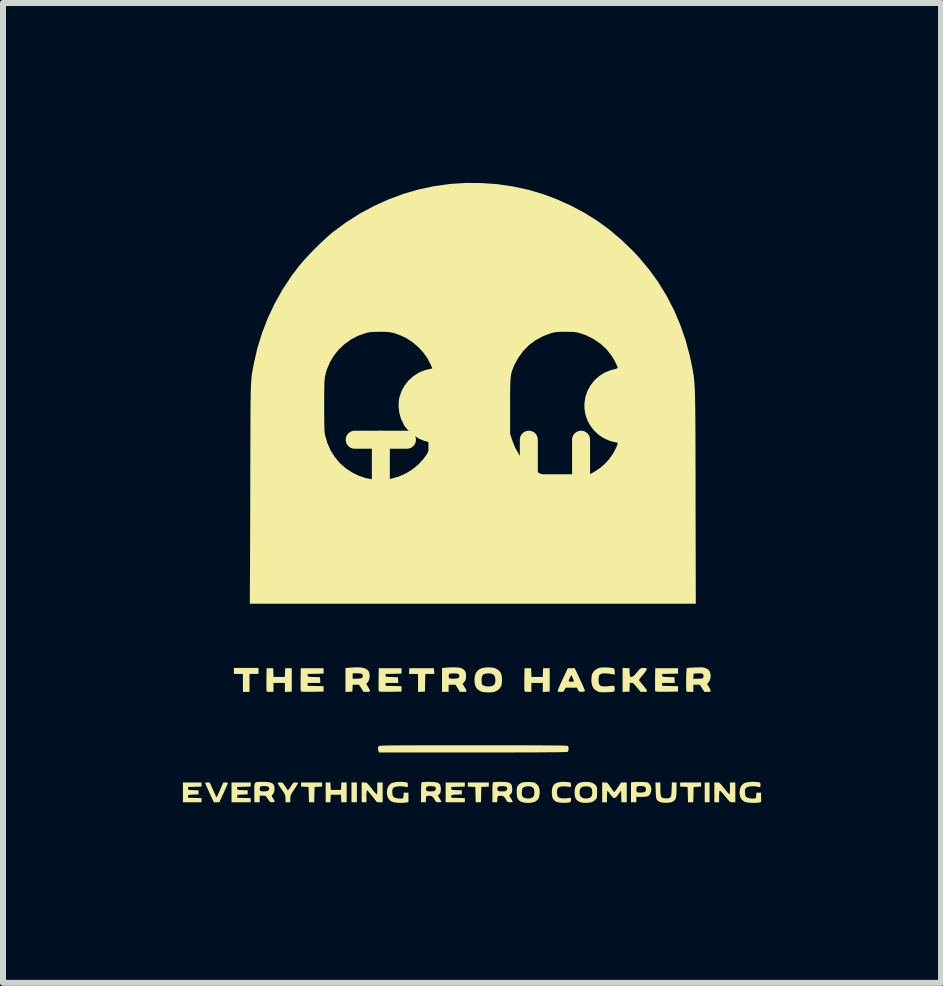
<source format=kicad_pcb>
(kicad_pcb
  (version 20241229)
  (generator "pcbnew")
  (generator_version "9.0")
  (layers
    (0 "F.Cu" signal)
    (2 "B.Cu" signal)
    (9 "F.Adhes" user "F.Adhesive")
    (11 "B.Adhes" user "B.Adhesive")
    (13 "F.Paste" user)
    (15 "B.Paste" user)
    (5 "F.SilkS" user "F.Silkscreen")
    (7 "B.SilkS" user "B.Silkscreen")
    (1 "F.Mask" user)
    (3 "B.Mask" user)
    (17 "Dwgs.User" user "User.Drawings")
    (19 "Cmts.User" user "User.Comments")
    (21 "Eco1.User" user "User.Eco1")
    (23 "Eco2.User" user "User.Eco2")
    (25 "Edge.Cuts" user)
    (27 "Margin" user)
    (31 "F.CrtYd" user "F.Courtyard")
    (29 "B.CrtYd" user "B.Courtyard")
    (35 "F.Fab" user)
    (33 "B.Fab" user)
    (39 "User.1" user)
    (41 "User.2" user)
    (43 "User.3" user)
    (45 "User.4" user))
  (footprint "TRH"
    (layer "F.Cu")
    (at 4.86 5.116)
    (property "Reference" "TRH" (at 0 0 0) (layer "F.SilkS") (effects (font (size 1.524 1.524) (thickness 0.3))))
    (attr board_only exclude_from_pos_files exclude_from_bom)
    (fp_poly (pts (xy -1.96 5.21) (xy -2.05 5.21) (xy -2.05 4.88) (xy -1.96 4.88)) (stroke (width 0) (type solid)) (fill yes) (layer "F.SilkS"))
    (fp_poly (pts (xy 3.92 5.21) (xy 3.84 5.21) (xy 3.84 4.88) (xy 3.92 4.88)) (stroke (width 0) (type solid)) (fill yes) (layer "F.SilkS"))
    (fp_poly (pts (xy -3.6 3.07) (xy -3.75 3.07) (xy -3.75 3.37) (xy -3.86 3.37) (xy -3.86 3.07) (xy -4.01 3.07) (xy -4.01 2.97) (xy -3.6 2.97)) (stroke (width 0) (type solid)) (fill yes) (layer "F.SilkS"))
    (fp_poly (pts (xy -0.672 3.022) (xy -0.669 3.07) (xy -0.819 3.07) (xy -0.825 3.365) (xy -0.94 3.371) (xy -0.94 3.07) (xy -1.091 3.07) (xy -1.085 2.975) (xy -0.675 2.975)) (stroke (width 0) (type solid)) (fill yes) (layer "F.SilkS"))
    (fp_poly (pts (xy -2.54 4.949) (xy -2.603 4.952) (xy -2.665 4.955) (xy -2.671 5.21) (xy -2.759 5.21) (xy -2.762 5.082) (xy -2.765 4.955) (xy -2.828 4.952) (xy -2.89 4.949) (xy -2.89 4.88) (xy -2.54 4.88)) (stroke (width 0) (type solid)) (fill yes) (layer "F.SilkS"))
    (fp_poly (pts (xy 0.24 4.949) (xy 0.177 4.952) (xy 0.115 4.955) (xy 0.109 5.21) (xy 0.021 5.21) (xy 0.018 5.082) (xy 0.015 4.955) (xy -0.048 4.952) (xy -0.11 4.949) (xy -0.11 4.88) (xy 0.24 4.88)) (stroke (width 0) (type solid)) (fill yes) (layer "F.SilkS"))
    (fp_poly (pts (xy 3.78 4.949) (xy 3.717 4.952) (xy 3.655 4.955) (xy 3.649 5.21) (xy 3.561 5.21) (xy 3.558 5.082) (xy 3.555 4.955) (xy 3.493 4.952) (xy 3.43 4.949) (xy 3.43 4.88) (xy 3.78 4.88)) (stroke (width 0) (type solid)) (fill yes) (layer "F.SilkS"))
    (fp_poly (pts (xy -2.398 4.942) (xy -2.395 5.005) (xy -2.225 5.005) (xy -2.219 4.88) (xy -2.13 4.88) (xy -2.13 5.21) (xy -2.219 5.21) (xy -2.225 5.085) (xy -2.395 5.085) (xy -2.398 5.147) (xy -2.401 5.21) (xy -2.48 5.21) (xy -2.48 4.88) (xy -2.401 4.88)) (stroke (width 0) (type solid)) (fill yes) (layer "F.SilkS"))
    (fp_poly (pts (xy -3.349 3.12) (xy -3.161 3.12) (xy -3.158 3.047) (xy -3.155 2.975) (xy -3.045 2.975) (xy -3.045 3.365) (xy -3.16 3.371) (xy -3.16 3.22) (xy -3.35 3.22) (xy -3.35 3.37) (xy -3.405 3.37) (xy -3.443 3.368) (xy -3.463 3.361) (xy -3.466 3.357) (xy -3.467 3.343) (xy -3.468 3.313) (xy -3.468 3.27) (xy -3.468 3.216) (xy -3.468 3.16) (xy -3.465 2.975) (xy -3.355 2.975)) (stroke (width 0) (type solid)) (fill yes) (layer "F.SilkS"))
    (fp_poly (pts (xy 0.951 3.12) (xy 1.139 3.12) (xy 1.142 3.047) (xy 1.145 2.975) (xy 1.255 2.975) (xy 1.255 3.365) (xy 1.14 3.371) (xy 1.14 3.22) (xy 0.95 3.22) (xy 0.95 3.37) (xy 0.895 3.37) (xy 0.857 3.368) (xy 0.837 3.361) (xy 0.834 3.357) (xy 0.833 3.343) (xy 0.832 3.313) (xy 0.832 3.27) (xy 0.832 3.216) (xy 0.832 3.16) (xy 0.835 2.975) (xy 0.945 2.975)) (stroke (width 0) (type solid)) (fill yes) (layer "F.SilkS"))
    (fp_poly (pts (xy -4.55 4.949) (xy -4.775 4.955) (xy -4.775 4.98) (xy -4.774 4.992) (xy -4.769 5) (xy -4.756 5.004) (xy -4.73 5.006) (xy -4.689 5.008) (xy -4.688 5.008) (xy -4.6 5.011) (xy -4.6 5.079) (xy -4.688 5.082) (xy -4.729 5.084) (xy -4.755 5.086) (xy -4.769 5.09) (xy -4.774 5.098) (xy -4.775 5.11) (xy -4.775 5.135) (xy -4.662 5.138) (xy -4.55 5.141) (xy -4.55 5.21) (xy -4.86 5.21) (xy -4.86 4.88) (xy -4.55 4.88)) (stroke (width 0) (type solid)) (fill yes) (layer "F.SilkS"))
    (fp_poly (pts (xy -3.73 4.949) (xy -3.955 4.955) (xy -3.955 4.98) (xy -3.954 4.992) (xy -3.949 5) (xy -3.936 5.004) (xy -3.91 5.006) (xy -3.869 5.008) (xy -3.868 5.008) (xy -3.78 5.011) (xy -3.78 5.079) (xy -3.868 5.082) (xy -3.909 5.084) (xy -3.935 5.086) (xy -3.949 5.09) (xy -3.954 5.098) (xy -3.955 5.11) (xy -3.955 5.135) (xy -3.842 5.138) (xy -3.73 5.141) (xy -3.73 5.21) (xy -4.05 5.21) (xy -4.05 4.88) (xy -3.73 4.88)) (stroke (width 0) (type solid)) (fill yes) (layer "F.SilkS"))
    (fp_poly (pts (xy -0.16 4.949) (xy -0.385 4.955) (xy -0.385 4.98) (xy -0.384 4.992) (xy -0.379 5) (xy -0.366 5.004) (xy -0.34 5.006) (xy -0.299 5.008) (xy -0.297 5.008) (xy -0.21 5.011) (xy -0.21 5.079) (xy -0.297 5.082) (xy -0.339 5.084) (xy -0.365 5.086) (xy -0.379 5.09) (xy -0.384 5.098) (xy -0.385 5.11) (xy -0.385 5.135) (xy -0.273 5.138) (xy -0.16 5.141) (xy -0.16 5.21) (xy -0.48 5.21) (xy -0.48 4.88) (xy -0.16 4.88)) (stroke (width 0) (type solid)) (fill yes) (layer "F.SilkS"))
    (fp_poly (pts (xy -2.515 3.065) (xy -2.78 3.071) (xy -2.78 3.095) (xy -2.779 3.106) (xy -2.775 3.113) (xy -2.763 3.117) (xy -2.739 3.12) (xy -2.702 3.121) (xy -2.678 3.122) (xy -2.575 3.125) (xy -2.572 3.172) (xy -2.569 3.22) (xy -2.78 3.22) (xy -2.78 3.269) (xy -2.647 3.272) (xy -2.515 3.275) (xy -2.515 3.365) (xy -2.703 3.368) (xy -2.772 3.368) (xy -2.823 3.368) (xy -2.858 3.367) (xy -2.881 3.364) (xy -2.893 3.361) (xy -2.895 3.357) (xy -2.897 3.344) (xy -2.898 3.313) (xy -2.898 3.27) (xy -2.898 3.216) (xy -2.898 3.16) (xy -2.895 2.975) (xy -2.515 2.975)) (stroke (width 0) (type solid)) (fill yes) (layer "F.SilkS"))
    (fp_poly (pts (xy -1.215 3.065) (xy -1.48 3.071) (xy -1.48 3.095) (xy -1.479 3.106) (xy -1.475 3.113) (xy -1.463 3.117) (xy -1.439 3.12) (xy -1.402 3.121) (xy -1.377 3.122) (xy -1.275 3.125) (xy -1.272 3.172) (xy -1.269 3.22) (xy -1.48 3.22) (xy -1.48 3.269) (xy -1.347 3.272) (xy -1.215 3.275) (xy -1.215 3.365) (xy -1.403 3.368) (xy -1.472 3.368) (xy -1.523 3.368) (xy -1.558 3.367) (xy -1.581 3.364) (xy -1.593 3.361) (xy -1.595 3.357) (xy -1.597 3.344) (xy -1.598 3.313) (xy -1.598 3.27) (xy -1.598 3.216) (xy -1.598 3.16) (xy -1.595 2.975) (xy -1.215 2.975)) (stroke (width 0) (type solid)) (fill yes) (layer "F.SilkS"))
    (fp_poly (pts (xy 3.395 3.065) (xy 3.13 3.071) (xy 3.13 3.095) (xy 3.131 3.106) (xy 3.135 3.113) (xy 3.147 3.117) (xy 3.171 3.12) (xy 3.208 3.121) (xy 3.232 3.122) (xy 3.335 3.125) (xy 3.338 3.172) (xy 3.341 3.22) (xy 3.13 3.22) (xy 3.13 3.269) (xy 3.263 3.272) (xy 3.395 3.275) (xy 3.395 3.365) (xy 3.207 3.368) (xy 3.138 3.368) (xy 3.087 3.368) (xy 3.052 3.367) (xy 3.029 3.364) (xy 3.017 3.361) (xy 3.015 3.357) (xy 3.013 3.344) (xy 3.012 3.313) (xy 3.012 3.27) (xy 3.012 3.216) (xy 3.012 3.16) (xy 3.015 2.975) (xy 3.395 2.975)) (stroke (width 0) (type solid)) (fill yes) (layer "F.SilkS"))
    (fp_poly (pts (xy -4.36 5) (xy -4.34 5.045) (xy -4.322 5.083) (xy -4.309 5.111) (xy -4.301 5.124) (xy -4.3 5.125) (xy -4.294 5.118) (xy -4.282 5.095) (xy -4.266 5.061) (xy -4.246 5.018) (xy -4.241 5.004) (xy -4.187 4.88) (xy -4.148 4.88) (xy -4.124 4.882) (xy -4.111 4.888) (xy -4.11 4.89) (xy -4.114 4.902) (xy -4.125 4.928) (xy -4.142 4.967) (xy -4.163 5.014) (xy -4.182 5.055) (xy -4.254 5.21) (xy -4.345 5.21) (xy -4.418 5.053) (xy -4.441 5.001) (xy -4.462 4.955) (xy -4.478 4.919) (xy -4.487 4.895) (xy -4.49 4.888) (xy -4.481 4.883) (xy -4.459 4.88) (xy -4.451 4.88) (xy -4.413 4.88)) (stroke (width 0) (type solid)) (fill yes) (layer "F.SilkS"))
    (fp_poly (pts (xy -1.818 4.88) (xy -1.804 4.884) (xy -1.789 4.892) (xy -1.773 4.908) (xy -1.75 4.935) (xy -1.719 4.974) (xy -1.714 4.98) (xy -1.684 5.018) (xy -1.658 5.049) (xy -1.638 5.071) (xy -1.628 5.08) (xy -1.627 5.08) (xy -1.624 5.071) (xy -1.622 5.046) (xy -1.62 5.009) (xy -1.62 4.98) (xy -1.62 4.88) (xy -1.53 4.88) (xy -1.53 5.21) (xy -1.577 5.21) (xy -1.625 5.209) (xy -1.703 5.11) (xy -1.734 5.072) (xy -1.76 5.041) (xy -1.78 5.019) (xy -1.79 5.01) (xy -1.791 5.01) (xy -1.795 5.019) (xy -1.798 5.044) (xy -1.8 5.081) (xy -1.8 5.11) (xy -1.8 5.21) (xy -1.88 5.21) (xy -1.88 4.88) (xy -1.837 4.88)) (stroke (width 0) (type solid)) (fill yes) (layer "F.SilkS"))
    (fp_poly (pts (xy 2.194 4.881) (xy 2.21 4.884) (xy 2.223 4.894) (xy 2.239 4.914) (xy 2.261 4.946) (xy 2.27 4.96) (xy 2.293 4.994) (xy 2.313 5.021) (xy 2.327 5.037) (xy 2.331 5.04) (xy 2.34 5.032) (xy 2.357 5.011) (xy 2.379 4.981) (xy 2.392 4.96) (xy 2.445 4.88) (xy 2.54 4.88) (xy 2.54 5.21) (xy 2.451 5.21) (xy 2.445 5.015) (xy 2.401 5.077) (xy 2.371 5.116) (xy 2.347 5.136) (xy 2.325 5.139) (xy 2.302 5.124) (xy 2.275 5.091) (xy 2.267 5.08) (xy 2.246 5.051) (xy 2.228 5.03) (xy 2.218 5.02) (xy 2.217 5.02) (xy 2.214 5.029) (xy 2.212 5.054) (xy 2.21 5.09) (xy 2.21 5.115) (xy 2.21 5.21) (xy 2.13 5.21) (xy 2.13 4.88) (xy 2.174 4.88)) (stroke (width 0) (type solid)) (fill yes) (layer "F.SilkS"))
    (fp_poly (pts (xy 3.1 4.989) (xy 3.101 5.048) (xy 3.106 5.09) (xy 3.115 5.118) (xy 3.132 5.135) (xy 3.157 5.143) (xy 3.192 5.145) (xy 3.194 5.145) (xy 3.229 5.144) (xy 3.253 5.138) (xy 3.27 5.124) (xy 3.28 5.1) (xy 3.285 5.063) (xy 3.288 5.009) (xy 3.288 4.995) (xy 3.292 4.88) (xy 3.37 4.88) (xy 3.37 5.003) (xy 3.368 5.068) (xy 3.363 5.118) (xy 3.353 5.154) (xy 3.336 5.179) (xy 3.313 5.197) (xy 3.295 5.206) (xy 3.261 5.214) (xy 3.215 5.219) (xy 3.167 5.218) (xy 3.123 5.214) (xy 3.095 5.206) (xy 3.069 5.193) (xy 3.05 5.178) (xy 3.037 5.158) (xy 3.029 5.129) (xy 3.025 5.088) (xy 3.022 5.032) (xy 3.022 5.014) (xy 3.018 4.88) (xy 3.1 4.88)) (stroke (width 0) (type solid)) (fill yes) (layer "F.SilkS"))
    (fp_poly (pts (xy 4.063 4.88) (xy 4.077 4.884) (xy 4.092 4.892) (xy 4.108 4.908) (xy 4.13 4.934) (xy 4.161 4.973) (xy 4.167 4.98) (xy 4.197 5.017) (xy 4.223 5.048) (xy 4.242 5.07) (xy 4.252 5.079) (xy 4.253 5.08) (xy 4.256 5.07) (xy 4.258 5.046) (xy 4.26 5.009) (xy 4.26 4.98) (xy 4.26 4.88) (xy 4.35 4.88) (xy 4.35 5.21) (xy 4.305 5.21) (xy 4.287 5.21) (xy 4.272 5.207) (xy 4.258 5.198) (xy 4.241 5.183) (xy 4.218 5.157) (xy 4.187 5.119) (xy 4.18 5.11) (xy 4.149 5.073) (xy 4.122 5.043) (xy 4.101 5.023) (xy 4.09 5.015) (xy 4.089 5.015) (xy 4.085 5.027) (xy 4.082 5.054) (xy 4.08 5.092) (xy 4.08 5.116) (xy 4.08 5.21) (xy 4 5.21) (xy 4 4.88) (xy 4.044 4.88)) (stroke (width 0) (type solid)) (fill yes) (layer "F.SilkS"))
    (fp_poly (pts (xy -1.897 2.962) (xy -1.839 2.973) (xy -1.796 2.992) (xy -1.767 3.02) (xy -1.751 3.058) (xy -1.746 3.104) (xy -1.751 3.148) (xy -1.764 3.186) (xy -1.781 3.214) (xy -1.795 3.223) (xy -1.801 3.23) (xy -1.799 3.242) (xy -1.787 3.265) (xy -1.775 3.284) (xy -1.752 3.322) (xy -1.742 3.347) (xy -1.744 3.362) (xy -1.761 3.368) (xy -1.792 3.37) (xy -1.794 3.37) (xy -1.848 3.37) (xy -1.886 3.31) (xy -1.925 3.25) (xy -2.029 3.25) (xy -2.035 3.365) (xy -2.15 3.371) (xy -2.15 3.15) (xy -2.03 3.15) (xy -1.964 3.15) (xy -1.927 3.148) (xy -1.896 3.144) (xy -1.879 3.14) (xy -1.864 3.122) (xy -1.861 3.096) (xy -1.871 3.073) (xy -1.872 3.072) (xy -1.889 3.065) (xy -1.921 3.061) (xy -1.957 3.06) (xy -2.03 3.06) (xy -2.03 3.15) (xy -2.15 3.15) (xy -2.15 2.972) (xy -2.064 2.965) (xy -1.972 2.96)) (stroke (width 0) (type solid)) (fill yes) (layer "F.SilkS"))
    (fp_poly (pts (xy -2.955 4.882) (xy -2.941 4.888) (xy -2.94 4.89) (xy -2.945 4.902) (xy -2.96 4.927) (xy -2.981 4.961) (xy -3.005 4.998) (xy -3.033 5.04) (xy -3.052 5.071) (xy -3.063 5.095) (xy -3.068 5.116) (xy -3.07 5.139) (xy -3.07 5.152) (xy -3.07 5.21) (xy -3.15 5.21) (xy -3.15 5.149) (xy -3.151 5.122) (xy -3.154 5.1) (xy -3.161 5.079) (xy -3.175 5.054) (xy -3.197 5.02) (xy -3.215 4.995) (xy -3.241 4.957) (xy -3.262 4.924) (xy -3.276 4.901) (xy -3.28 4.891) (xy -3.271 4.884) (xy -3.249 4.88) (xy -3.237 4.88) (xy -3.215 4.881) (xy -3.2 4.886) (xy -3.186 4.898) (xy -3.17 4.922) (xy -3.155 4.945) (xy -3.136 4.976) (xy -3.119 4.999) (xy -3.11 5.01) (xy -3.109 5.01) (xy -3.101 5.002) (xy -3.085 4.981) (xy -3.066 4.952) (xy -3.061 4.945) (xy -3.04 4.912) (xy -3.025 4.893) (xy -3.011 4.883) (xy -2.994 4.88) (xy -2.98 4.88)) (stroke (width 0) (type solid)) (fill yes) (layer "F.SilkS"))
    (fp_poly (pts (xy 2.784 4.872) (xy 2.832 4.873) (xy 2.864 4.876) (xy 2.885 4.88) (xy 2.9 4.888) (xy 2.913 4.899) (xy 2.916 4.902) (xy 2.938 4.936) (xy 2.949 4.977) (xy 2.948 5.021) (xy 2.936 5.062) (xy 2.914 5.094) (xy 2.894 5.109) (xy 2.872 5.114) (xy 2.838 5.118) (xy 2.796 5.12) (xy 2.785 5.12) (xy 2.7 5.12) (xy 2.7 5.21) (xy 2.61 5.21) (xy 2.61 4.995) (xy 2.7 4.995) (xy 2.703 5.024) (xy 2.71 5.042) (xy 2.712 5.043) (xy 2.737 5.048) (xy 2.772 5.049) (xy 2.808 5.046) (xy 2.834 5.04) (xy 2.852 5.029) (xy 2.859 5.01) (xy 2.86 4.996) (xy 2.855 4.967) (xy 2.839 4.95) (xy 2.808 4.942) (xy 2.776 4.94) (xy 2.738 4.941) (xy 2.715 4.948) (xy 2.703 4.962) (xy 2.7 4.987) (xy 2.7 4.995) (xy 2.61 4.995) (xy 2.61 4.881) (xy 2.644 4.875) (xy 2.668 4.872) (xy 2.707 4.871) (xy 2.753 4.871)) (stroke (width 0) (type solid)) (fill yes) (layer "F.SilkS"))
    (fp_poly (pts (xy 1.756 3.153) (xy 1.782 3.208) (xy 1.805 3.259) (xy 1.823 3.301) (xy 1.836 3.331) (xy 1.842 3.347) (xy 1.842 3.348) (xy 1.84 3.358) (xy 1.828 3.364) (xy 1.8 3.368) (xy 1.795 3.368) (xy 1.764 3.369) (xy 1.747 3.365) (xy 1.736 3.353) (xy 1.727 3.335) (xy 1.71 3.3) (xy 1.52 3.3) (xy 1.503 3.335) (xy 1.491 3.356) (xy 1.478 3.367) (xy 1.455 3.37) (xy 1.439 3.37) (xy 1.41 3.368) (xy 1.39 3.364) (xy 1.386 3.361) (xy 1.388 3.35) (xy 1.398 3.323) (xy 1.414 3.284) (xy 1.435 3.235) (xy 1.458 3.186) (xy 1.572 3.186) (xy 1.579 3.196) (xy 1.601 3.2) (xy 1.615 3.2) (xy 1.642 3.199) (xy 1.658 3.196) (xy 1.66 3.194) (xy 1.656 3.183) (xy 1.647 3.159) (xy 1.638 3.138) (xy 1.617 3.088) (xy 1.594 3.131) (xy 1.577 3.166) (xy 1.572 3.186) (xy 1.458 3.186) (xy 1.461 3.18) (xy 1.468 3.163) (xy 1.557 2.975) (xy 1.673 2.975)) (stroke (width 0) (type solid)) (fill yes) (layer "F.SilkS"))
    (fp_poly (pts (xy -1.186 4.871) (xy -1.141 4.876) (xy -1.121 4.882) (xy -1.112 4.894) (xy -1.11 4.917) (xy -1.11 4.922) (xy -1.111 4.948) (xy -1.117 4.958) (xy -1.129 4.957) (xy -1.133 4.956) (xy -1.19 4.946) (xy -1.244 4.943) (xy -1.293 4.947) (xy -1.332 4.958) (xy -1.356 4.974) (xy -1.36 4.98) (xy -1.369 5.009) (xy -1.37 5.046) (xy -1.366 5.083) (xy -1.356 5.112) (xy -1.351 5.119) (xy -1.326 5.134) (xy -1.288 5.145) (xy -1.245 5.149) (xy -1.214 5.148) (xy -1.196 5.145) (xy -1.187 5.135) (xy -1.183 5.114) (xy -1.182 5.098) (xy -1.179 5.05) (xy -1.1 5.05) (xy -1.1 5.207) (xy -1.131 5.214) (xy -1.177 5.219) (xy -1.23 5.221) (xy -1.285 5.218) (xy -1.335 5.212) (xy -1.372 5.202) (xy -1.378 5.2) (xy -1.417 5.172) (xy -1.445 5.129) (xy -1.458 5.073) (xy -1.46 5.045) (xy -1.452 4.984) (xy -1.431 4.936) (xy -1.397 4.901) (xy -1.378 4.89) (xy -1.342 4.879) (xy -1.294 4.872) (xy -1.24 4.869)) (stroke (width 0) (type solid)) (fill yes) (layer "F.SilkS"))
    (fp_poly (pts (xy 1.517 4.871) (xy 1.554 4.873) (xy 1.579 4.876) (xy 1.599 4.882) (xy 1.608 4.894) (xy 1.61 4.919) (xy 1.61 4.921) (xy 1.609 4.946) (xy 1.603 4.955) (xy 1.587 4.954) (xy 1.577 4.952) (xy 1.549 4.948) (xy 1.511 4.946) (xy 1.483 4.945) (xy 1.435 4.949) (xy 1.402 4.961) (xy 1.384 4.986) (xy 1.377 5.024) (xy 1.376 5.046) (xy 1.381 5.091) (xy 1.395 5.121) (xy 1.42 5.137) (xy 1.461 5.144) (xy 1.483 5.145) (xy 1.522 5.144) (xy 1.559 5.141) (xy 1.577 5.138) (xy 1.599 5.134) (xy 1.608 5.139) (xy 1.61 5.158) (xy 1.61 5.169) (xy 1.608 5.195) (xy 1.6 5.207) (xy 1.581 5.213) (xy 1.579 5.214) (xy 1.531 5.219) (xy 1.478 5.22) (xy 1.425 5.216) (xy 1.381 5.207) (xy 1.364 5.201) (xy 1.329 5.178) (xy 1.306 5.144) (xy 1.293 5.097) (xy 1.29 5.045) (xy 1.295 4.983) (xy 1.312 4.935) (xy 1.341 4.902) (xy 1.384 4.881) (xy 1.443 4.871) (xy 1.476 4.87)) (stroke (width 0) (type solid)) (fill yes) (layer "F.SilkS"))
    (fp_poly (pts (xy 4.694 4.871) (xy 4.739 4.876) (xy 4.759 4.882) (xy 4.768 4.894) (xy 4.77 4.917) (xy 4.77 4.922) (xy 4.769 4.948) (xy 4.763 4.958) (xy 4.751 4.957) (xy 4.747 4.956) (xy 4.69 4.946) (xy 4.636 4.943) (xy 4.587 4.947) (xy 4.548 4.958) (xy 4.524 4.974) (xy 4.52 4.98) (xy 4.511 5.009) (xy 4.51 5.046) (xy 4.514 5.083) (xy 4.524 5.112) (xy 4.529 5.119) (xy 4.554 5.134) (xy 4.592 5.145) (xy 4.635 5.149) (xy 4.666 5.148) (xy 4.684 5.145) (xy 4.693 5.135) (xy 4.697 5.114) (xy 4.698 5.098) (xy 4.701 5.05) (xy 4.78 5.05) (xy 4.78 5.207) (xy 4.749 5.214) (xy 4.703 5.219) (xy 4.65 5.221) (xy 4.595 5.218) (xy 4.545 5.212) (xy 4.508 5.202) (xy 4.502 5.2) (xy 4.463 5.172) (xy 4.435 5.129) (xy 4.422 5.073) (xy 4.42 5.045) (xy 4.428 4.984) (xy 4.449 4.936) (xy 4.483 4.901) (xy 4.502 4.89) (xy 4.538 4.879) (xy 4.586 4.872) (xy 4.64 4.869)) (stroke (width 0) (type solid)) (fill yes) (layer "F.SilkS"))
    (fp_poly (pts (xy 2.527 2.972) (xy 2.585 2.975) (xy 2.588 3.047) (xy 2.59 3.085) (xy 2.593 3.106) (xy 2.598 3.117) (xy 2.609 3.12) (xy 2.618 3.12) (xy 2.634 3.117) (xy 2.652 3.105) (xy 2.675 3.083) (xy 2.706 3.047) (xy 2.708 3.045) (xy 2.737 3.011) (xy 2.757 2.989) (xy 2.774 2.977) (xy 2.79 2.971) (xy 2.81 2.97) (xy 2.821 2.97) (xy 2.856 2.973) (xy 2.874 2.981) (xy 2.876 2.985) (xy 2.872 2.999) (xy 2.856 3.025) (xy 2.829 3.061) (xy 2.81 3.085) (xy 2.778 3.123) (xy 2.758 3.148) (xy 2.748 3.166) (xy 2.746 3.177) (xy 2.751 3.186) (xy 2.752 3.188) (xy 2.799 3.244) (xy 2.834 3.287) (xy 2.858 3.318) (xy 2.873 3.339) (xy 2.879 3.352) (xy 2.88 3.356) (xy 2.874 3.364) (xy 2.855 3.369) (xy 2.826 3.37) (xy 2.771 3.37) (xy 2.71 3.295) (xy 2.679 3.259) (xy 2.657 3.236) (xy 2.64 3.224) (xy 2.624 3.22) (xy 2.62 3.22) (xy 2.591 3.22) (xy 2.585 3.365) (xy 2.47 3.371) (xy 2.47 2.969)) (stroke (width 0) (type solid)) (fill yes) (layer "F.SilkS"))
    (fp_poly (pts (xy 1.92 4.874) (xy 1.967 4.887) (xy 2.005 4.91) (xy 2.02 4.925) (xy 2.032 4.939) (xy 2.039 4.955) (xy 2.043 4.976) (xy 2.045 5.009) (xy 2.045 5.045) (xy 2.045 5.09) (xy 2.043 5.12) (xy 2.038 5.139) (xy 2.03 5.154) (xy 2.02 5.165) (xy 1.986 5.194) (xy 1.944 5.211) (xy 1.89 5.219) (xy 1.858 5.22) (xy 1.806 5.217) (xy 1.766 5.209) (xy 1.743 5.199) (xy 1.708 5.175) (xy 1.685 5.143) (xy 1.673 5.098) (xy 1.67 5.045) (xy 1.671 5.031) (xy 1.753 5.031) (xy 1.756 5.08) (xy 1.773 5.116) (xy 1.805 5.139) (xy 1.851 5.148) (xy 1.873 5.147) (xy 1.919 5.137) (xy 1.943 5.121) (xy 1.957 5.102) (xy 1.964 5.076) (xy 1.965 5.045) (xy 1.961 5) (xy 1.946 4.969) (xy 1.918 4.952) (xy 1.875 4.945) (xy 1.86 4.945) (xy 1.813 4.949) (xy 1.781 4.964) (xy 1.762 4.992) (xy 1.753 5.031) (xy 1.671 5.031) (xy 1.675 4.983) (xy 1.693 4.935) (xy 1.723 4.901) (xy 1.767 4.88) (xy 1.828 4.871) (xy 1.858 4.87)) (stroke (width 0) (type solid)) (fill yes) (layer "F.SilkS"))
    (fp_poly (pts (xy -0.301 2.962) (xy -0.254 2.965) (xy -0.228 2.97) (xy -0.196 2.985) (xy -0.168 3.008) (xy -0.166 3.011) (xy -0.151 3.032) (xy -0.143 3.055) (xy -0.14 3.086) (xy -0.14 3.105) (xy -0.141 3.143) (xy -0.146 3.168) (xy -0.157 3.188) (xy -0.169 3.203) (xy -0.198 3.236) (xy -0.164 3.29) (xy -0.142 3.327) (xy -0.132 3.35) (xy -0.136 3.363) (xy -0.153 3.369) (xy -0.185 3.37) (xy -0.185 3.37) (xy -0.241 3.37) (xy -0.315 3.251) (xy -0.43 3.25) (xy -0.43 3.37) (xy -0.54 3.37) (xy -0.54 3.121) (xy -0.43 3.121) (xy -0.423 3.138) (xy -0.405 3.147) (xy -0.372 3.15) (xy -0.355 3.15) (xy -0.317 3.148) (xy -0.286 3.144) (xy -0.269 3.14) (xy -0.254 3.122) (xy -0.251 3.098) (xy -0.262 3.076) (xy -0.27 3.07) (xy -0.29 3.065) (xy -0.323 3.062) (xy -0.358 3.062) (xy -0.393 3.064) (xy -0.414 3.067) (xy -0.424 3.074) (xy -0.427 3.087) (xy -0.428 3.093) (xy -0.43 3.121) (xy -0.54 3.121) (xy -0.54 2.973) (xy -0.479 2.966) (xy -0.419 2.962) (xy -0.358 2.96)) (stroke (width 0) (type solid)) (fill yes) (layer "F.SilkS"))
    (fp_poly (pts (xy 2.199 2.962) (xy 2.245 2.965) (xy 2.285 2.969) (xy 2.314 2.975) (xy 2.326 2.98) (xy 2.335 2.999) (xy 2.34 3.031) (xy 2.34 3.037) (xy 2.34 3.083) (xy 2.308 3.076) (xy 2.248 3.066) (xy 2.193 3.062) (xy 2.149 3.062) (xy 2.136 3.064) (xy 2.104 3.073) (xy 2.085 3.088) (xy 2.074 3.114) (xy 2.07 3.154) (xy 2.07 3.17) (xy 2.073 3.217) (xy 2.083 3.249) (xy 2.104 3.269) (xy 2.137 3.278) (xy 2.186 3.279) (xy 2.219 3.276) (xy 2.268 3.271) (xy 2.302 3.268) (xy 2.322 3.269) (xy 2.332 3.273) (xy 2.336 3.283) (xy 2.337 3.3) (xy 2.338 3.311) (xy 2.338 3.342) (xy 2.333 3.358) (xy 2.323 3.365) (xy 2.302 3.369) (xy 2.267 3.373) (xy 2.224 3.375) (xy 2.177 3.376) (xy 2.133 3.376) (xy 2.098 3.374) (xy 2.078 3.371) (xy 2.025 3.347) (xy 1.987 3.312) (xy 1.963 3.266) (xy 1.951 3.206) (xy 1.95 3.172) (xy 1.952 3.13) (xy 1.957 3.092) (xy 1.964 3.067) (xy 1.99 3.026) (xy 2.031 2.992) (xy 2.079 2.97) (xy 2.083 2.969) (xy 2.113 2.964) (xy 2.153 2.962)) (stroke (width 0) (type solid)) (fill yes) (layer "F.SilkS"))
    (fp_poly (pts (xy 0.301 2.965) (xy 0.355 2.979) (xy 0.397 3.004) (xy 0.401 3.007) (xy 0.431 3.04) (xy 0.45 3.08) (xy 0.459 3.132) (xy 0.46 3.17) (xy 0.458 3.211) (xy 0.453 3.249) (xy 0.446 3.273) (xy 0.421 3.313) (xy 0.382 3.346) (xy 0.336 3.368) (xy 0.332 3.37) (xy 0.291 3.377) (xy 0.24 3.379) (xy 0.187 3.377) (xy 0.141 3.372) (xy 0.116 3.365) (xy 0.067 3.34) (xy 0.031 3.303) (xy 0.01 3.253) (xy 0.001 3.189) (xy 0.000056 3.169) (xy 0.12 3.169) (xy 0.121 3.205) (xy 0.124 3.233) (xy 0.128 3.247) (xy 0.148 3.263) (xy 0.182 3.274) (xy 0.223 3.279) (xy 0.264 3.278) (xy 0.301 3.269) (xy 0.309 3.265) (xy 0.332 3.248) (xy 0.345 3.221) (xy 0.35 3.181) (xy 0.35 3.168) (xy 0.343 3.121) (xy 0.323 3.087) (xy 0.288 3.067) (xy 0.238 3.061) (xy 0.209 3.062) (xy 0.167 3.07) (xy 0.14 3.085) (xy 0.126 3.111) (xy 0.12 3.151) (xy 0.12 3.169) (xy 0.000056 3.169) (xy 0.000055 3.169) (xy 0.007 3.101) (xy 0.028 3.047) (xy 0.063 3.006) (xy 0.113 2.978) (xy 0.178 2.963) (xy 0.234 2.96)) (stroke (width 0) (type solid)) (fill yes) (layer "F.SilkS"))
    (fp_poly (pts (xy 0.906 4.872) (xy 0.951 4.874) (xy 0.981 4.878) (xy 1.003 4.884) (xy 1.022 4.895) (xy 1.033 4.903) (xy 1.065 4.938) (xy 1.084 4.986) (xy 1.089 5.047) (xy 1.087 5.073) (xy 1.078 5.124) (xy 1.061 5.16) (xy 1.031 5.188) (xy 1.01 5.2) (xy 0.971 5.213) (xy 0.92 5.22) (xy 0.866 5.22) (xy 0.817 5.214) (xy 0.781 5.202) (xy 0.746 5.181) (xy 0.724 5.154) (xy 0.711 5.119) (xy 0.705 5.07) (xy 0.705 5.045) (xy 0.705 5.038) (xy 0.79 5.038) (xy 0.791 5.074) (xy 0.795 5.102) (xy 0.796 5.105) (xy 0.815 5.127) (xy 0.846 5.141) (xy 0.886 5.147) (xy 0.928 5.145) (xy 0.949 5.139) (xy 0.976 5.125) (xy 0.992 5.103) (xy 0.999 5.069) (xy 1 5.041) (xy 0.995 4.997) (xy 0.977 4.967) (xy 0.944 4.949) (xy 0.925 4.944) (xy 0.887 4.943) (xy 0.85 4.949) (xy 0.818 4.963) (xy 0.8 4.98) (xy 0.794 5.003) (xy 0.79 5.038) (xy 0.705 5.038) (xy 0.706 5) (xy 0.709 4.97) (xy 0.716 4.948) (xy 0.726 4.933) (xy 0.753 4.904) (xy 0.785 4.885) (xy 0.827 4.875) (xy 0.882 4.872)) (stroke (width 0) (type solid)) (fill yes) (layer "F.SilkS"))
    (fp_poly (pts (xy -3.522 4.87) (xy -3.457 4.872) (xy -3.408 4.879) (xy -3.374 4.891) (xy -3.352 4.91) (xy -3.34 4.931) (xy -3.332 4.968) (xy -3.334 5.01) (xy -3.344 5.049) (xy -3.359 5.074) (xy -3.374 5.091) (xy -3.378 5.105) (xy -3.372 5.122) (xy -3.355 5.148) (xy -3.336 5.179) (xy -3.331 5.198) (xy -3.342 5.207) (xy -3.367 5.21) (xy -3.37 5.21) (xy -3.392 5.209) (xy -3.408 5.202) (xy -3.423 5.187) (xy -3.442 5.158) (xy -3.445 5.155) (xy -3.464 5.125) (xy -3.479 5.109) (xy -3.495 5.102) (xy -3.518 5.1) (xy -3.53 5.1) (xy -3.58 5.1) (xy -3.58 5.21) (xy -3.67 5.21) (xy -3.67 5.046) (xy -3.67 4.983) (xy -3.67 4.982) (xy -3.58 4.982) (xy -3.578 5.006) (xy -3.57 5.022) (xy -3.567 5.023) (xy -3.543 5.028) (xy -3.508 5.029) (xy -3.472 5.026) (xy -3.446 5.02) (xy -3.426 5.004) (xy -3.42 4.982) (xy -3.428 4.96) (xy -3.439 4.95) (xy -3.463 4.944) (xy -3.497 4.94) (xy -3.533 4.941) (xy -3.561 4.945) (xy -3.564 4.946) (xy -3.575 4.959) (xy -3.58 4.982) (xy -3.67 4.982) (xy -3.67 4.937) (xy -3.666 4.905) (xy -3.656 4.886) (xy -3.639 4.875) (xy -3.611 4.871) (xy -3.571 4.87)) (stroke (width 0) (type solid)) (fill yes) (layer "F.SilkS"))
    (fp_poly (pts (xy 3.809 2.962) (xy 3.831 2.966) (xy 3.852 2.974) (xy 3.863 2.978) (xy 3.898 2.997) (xy 3.918 3.02) (xy 3.925 3.034) (xy 3.939 3.089) (xy 3.936 3.143) (xy 3.917 3.192) (xy 3.899 3.216) (xy 3.879 3.238) (xy 3.909 3.287) (xy 3.931 3.325) (xy 3.939 3.349) (xy 3.934 3.363) (xy 3.915 3.369) (xy 3.888 3.37) (xy 3.835 3.37) (xy 3.796 3.31) (xy 3.758 3.25) (xy 3.65 3.25) (xy 3.65 3.37) (xy 3.597 3.37) (xy 3.566 3.369) (xy 3.543 3.366) (xy 3.537 3.363) (xy 3.534 3.351) (xy 3.531 3.322) (xy 3.53 3.281) (xy 3.53 3.232) (xy 3.53 3.179) (xy 3.53 3.15) (xy 3.649 3.15) (xy 3.719 3.15) (xy 3.756 3.149) (xy 3.787 3.147) (xy 3.804 3.144) (xy 3.817 3.129) (xy 3.82 3.104) (xy 3.817 3.083) (xy 3.807 3.069) (xy 3.786 3.062) (xy 3.75 3.061) (xy 3.715 3.062) (xy 3.655 3.065) (xy 3.649 3.15) (xy 3.53 3.15) (xy 3.531 3.124) (xy 3.532 3.073) (xy 3.534 3.029) (xy 3.537 2.996) (xy 3.54 2.977) (xy 3.541 2.974) (xy 3.555 2.971) (xy 3.584 2.968) (xy 3.626 2.965) (xy 3.675 2.963) (xy 3.684 2.962) (xy 3.74 2.961) (xy 3.78 2.96)) (stroke (width 0) (type solid)) (fill yes) (layer "F.SilkS"))
    (fp_poly (pts (xy -0.682 4.872) (xy -0.633 4.878) (xy -0.598 4.891) (xy -0.576 4.911) (xy -0.565 4.94) (xy -0.56 4.981) (xy -0.56 4.995) (xy -0.562 5.03) (xy -0.568 5.053) (xy -0.581 5.07) (xy -0.585 5.075) (xy -0.611 5.098) (xy -0.58 5.148) (xy -0.564 5.175) (xy -0.553 5.196) (xy -0.55 5.204) (xy -0.559 5.207) (xy -0.582 5.21) (xy -0.594 5.21) (xy -0.62 5.209) (xy -0.637 5.203) (xy -0.65 5.188) (xy -0.667 5.16) (xy -0.69 5.125) (xy -0.714 5.107) (xy -0.745 5.101) (xy -0.771 5.102) (xy -0.791 5.105) (xy -0.801 5.112) (xy -0.806 5.129) (xy -0.808 5.157) (xy -0.811 5.21) (xy -0.89 5.21) (xy -0.89 5.046) (xy -0.89 4.994) (xy -0.809 4.994) (xy -0.799 5.017) (xy -0.798 5.018) (xy -0.781 5.025) (xy -0.751 5.029) (xy -0.715 5.029) (xy -0.682 5.026) (xy -0.672 5.024) (xy -0.652 5.01) (xy -0.642 4.988) (xy -0.646 4.965) (xy -0.655 4.953) (xy -0.679 4.945) (xy -0.713 4.941) (xy -0.75 4.941) (xy -0.781 4.946) (xy -0.791 4.95) (xy -0.806 4.968) (xy -0.809 4.994) (xy -0.89 4.994) (xy -0.89 4.984) (xy -0.889 4.939) (xy -0.887 4.909) (xy -0.884 4.89) (xy -0.88 4.88) (xy -0.874 4.876) (xy -0.858 4.874) (xy -0.827 4.872) (xy -0.785 4.87) (xy -0.749 4.87)) (stroke (width 0) (type solid)) (fill yes) (layer "F.SilkS"))
    (fp_poly (pts (xy 0.508 4.872) (xy 0.557 4.878) (xy 0.592 4.891) (xy 0.614 4.911) (xy 0.625 4.94) (xy 0.63 4.981) (xy 0.63 4.995) (xy 0.628 5.03) (xy 0.622 5.053) (xy 0.609 5.07) (xy 0.605 5.075) (xy 0.579 5.098) (xy 0.61 5.148) (xy 0.626 5.175) (xy 0.637 5.196) (xy 0.64 5.204) (xy 0.631 5.207) (xy 0.608 5.21) (xy 0.596 5.21) (xy 0.57 5.209) (xy 0.553 5.203) (xy 0.54 5.188) (xy 0.523 5.16) (xy 0.5 5.125) (xy 0.476 5.107) (xy 0.445 5.101) (xy 0.419 5.102) (xy 0.399 5.105) (xy 0.389 5.112) (xy 0.384 5.129) (xy 0.382 5.157) (xy 0.379 5.21) (xy 0.3 5.21) (xy 0.3 5.046) (xy 0.3 4.994) (xy 0.381 4.994) (xy 0.391 5.017) (xy 0.392 5.018) (xy 0.409 5.025) (xy 0.439 5.029) (xy 0.475 5.029) (xy 0.508 5.026) (xy 0.518 5.024) (xy 0.538 5.01) (xy 0.548 4.988) (xy 0.544 4.965) (xy 0.535 4.953) (xy 0.511 4.945) (xy 0.477 4.941) (xy 0.44 4.941) (xy 0.409 4.946) (xy 0.399 4.95) (xy 0.384 4.968) (xy 0.381 4.994) (xy 0.3 4.994) (xy 0.3 4.984) (xy 0.301 4.939) (xy 0.303 4.909) (xy 0.306 4.89) (xy 0.31 4.88) (xy 0.316 4.876) (xy 0.332 4.874) (xy 0.363 4.872) (xy 0.405 4.87) (xy 0.441 4.87)) (stroke (width 0) (type solid)) (fill yes) (layer "F.SilkS"))
    (fp_poly (pts (xy 0.193 4.26) (xy 0.382 4.26) (xy 0.554 4.26) (xy 0.708 4.26) (xy 0.846 4.26) (xy 0.968 4.261) (xy 1.076 4.261) (xy 1.17 4.262) (xy 1.251 4.262) (xy 1.321 4.263) (xy 1.379 4.263) (xy 1.428 4.264) (xy 1.467 4.265) (xy 1.498 4.266) (xy 1.522 4.268) (xy 1.54 4.269) (xy 1.552 4.271) (xy 1.559 4.273) (xy 1.563 4.275) (xy 1.564 4.276) (xy 1.569 4.303) (xy 1.569 4.334) (xy 1.563 4.36) (xy 1.558 4.368) (xy 1.552 4.37) (xy 1.537 4.371) (xy 1.512 4.373) (xy 1.476 4.374) (xy 1.429 4.375) (xy 1.369 4.376) (xy 1.297 4.377) (xy 1.212 4.377) (xy 1.112 4.378) (xy 0.997 4.379) (xy 0.867 4.379) (xy 0.72 4.379) (xy 0.556 4.38) (xy 0.374 4.38) (xy 0.173 4.38) (xy -0.022 4.38) (xy -1.59 4.38) (xy -1.6 4.354) (xy -1.609 4.32) (xy -1.605 4.291) (xy -1.6 4.279) (xy -1.598 4.277) (xy -1.595 4.274) (xy -1.59 4.272) (xy -1.582 4.271) (xy -1.57 4.269) (xy -1.553 4.267) (xy -1.531 4.266) (xy -1.502 4.265) (xy -1.465 4.264) (xy -1.419 4.263) (xy -1.364 4.262) (xy -1.299 4.262) (xy -1.222 4.261) (xy -1.133 4.261) (xy -1.03 4.261) (xy -0.914 4.26) (xy -0.782 4.26) (xy -0.635 4.26) (xy -0.471 4.26) (xy -0.288 4.26) (xy -0.087 4.26) (xy -0.016 4.26)) (stroke (width 0) (type solid)) (fill yes) (layer "F.SilkS"))
    (fp_poly (pts (xy 0.122 -5.114) (xy 0.386 -5.095) (xy 0.646 -5.057) (xy 0.903 -5.001) (xy 1.153 -4.927) (xy 1.365 -4.847) (xy 1.606 -4.739) (xy 1.834 -4.618) (xy 2.049 -4.484) (xy 2.254 -4.334) (xy 2.45 -4.168) (xy 2.64 -3.985) (xy 2.743 -3.875) (xy 2.912 -3.674) (xy 3.066 -3.46) (xy 3.204 -3.234) (xy 3.326 -2.999) (xy 3.431 -2.754) (xy 3.519 -2.501) (xy 3.589 -2.241) (xy 3.615 -2.122) (xy 3.623 -2.08) (xy 3.631 -2.042) (xy 3.638 -2.006) (xy 3.644 -1.972) (xy 3.65 -1.938) (xy 3.655 -1.904) (xy 3.659 -1.868) (xy 3.663 -1.83) (xy 3.667 -1.788) (xy 3.67 -1.742) (xy 3.673 -1.691) (xy 3.676 -1.633) (xy 3.678 -1.568) (xy 3.679 -1.495) (xy 3.681 -1.412) (xy 3.682 -1.319) (xy 3.683 -1.215) (xy 3.684 -1.098) (xy 3.685 -0.969) (xy 3.685 -0.825) (xy 3.686 -0.666) (xy 3.686 -0.49) (xy 3.687 -0.298) (xy 3.687 -0.088) (xy 3.687 0.122) (xy 3.691 1.9) (xy -0.027 1.9) (xy -3.745 1.9) (xy -3.743 1.518) (xy -3.742 1.461) (xy -3.742 1.386) (xy -3.741 1.295) (xy -3.741 1.188) (xy -3.741 1.067) (xy -3.74 0.934) (xy -3.74 0.79) (xy -3.739 0.637) (xy -3.739 0.476) (xy -3.738 0.309) (xy -3.738 0.137) (xy -3.737 -0.037) (xy -3.737 -0.213) (xy -3.737 -0.31) (xy -3.736 -0.512) (xy -3.736 -0.695) (xy -3.735 -0.86) (xy -3.735 -1.008) (xy -3.734 -1.141) (xy -3.734 -1.259) (xy -3.733 -1.364) (xy -3.733 -1.4) (xy -2.505 -1.4) (xy -2.505 -1.286) (xy -2.504 -1.191) (xy -2.503 -1.112) (xy -2.502 -1.049) (xy -2.5 -0.998) (xy -2.498 -0.96) (xy -2.494 -0.932) (xy -2.491 -0.915) (xy -2.451 -0.778) (xy -2.395 -0.652) (xy -2.323 -0.539) (xy -2.237 -0.438) (xy -2.136 -0.351) (xy -2.022 -0.279) (xy -1.94 -0.239) (xy -1.813 -0.195) (xy -1.684 -0.171) (xy -1.55 -0.166) (xy -1.413 -0.18) (xy -1.38 -0.187) (xy -1.257 -0.222) (xy -1.139 -0.275) (xy -1.029 -0.344) (xy -0.929 -0.427) (xy -0.843 -0.523) (xy -0.806 -0.575) (xy -0.789 -0.601) (xy -0.769 -0.637) (xy -0.749 -0.676) (xy -0.729 -0.715) (xy -0.713 -0.749) (xy -0.703 -0.774) (xy -0.7 -0.783) (xy -0.709 -0.787) (xy -0.731 -0.791) (xy -0.745 -0.793) (xy -0.839 -0.816) (xy -0.932 -0.856) (xy -1.018 -0.911) (xy -1.096 -0.979) (xy -1.16 -1.057) (xy -1.179 -1.088) (xy -1.223 -1.18) (xy -1.252 -1.28) (xy -1.264 -1.383) (xy -1.264 -1.4) (xy 0.595 -1.4) (xy 0.595 -0.935) (xy 0.623 -0.846) (xy 0.674 -0.713) (xy 0.741 -0.592) (xy 0.822 -0.484) (xy 0.917 -0.389) (xy 1.025 -0.309) (xy 1.144 -0.245) (xy 1.274 -0.197) (xy 1.3 -0.189) (xy 1.385 -0.174) (xy 1.481 -0.167) (xy 1.582 -0.169) (xy 1.681 -0.18) (xy 1.74 -0.192) (xy 1.862 -0.231) (xy 1.979 -0.287) (xy 2.089 -0.359) (xy 2.18 -0.439) (xy 2.232 -0.494) (xy 2.274 -0.548) (xy 2.313 -0.607) (xy 2.351 -0.677) (xy 2.373 -0.724) (xy 2.386 -0.757) (xy 2.389 -0.777) (xy 2.381 -0.787) (xy 2.366 -0.79) (xy 2.345 -0.793) (xy 2.311 -0.801) (xy 2.272 -0.812) (xy 2.261 -0.815) (xy 2.163 -0.856) (xy 2.075 -0.913) (xy 1.998 -0.984) (xy 1.934 -1.066) (xy 1.884 -1.157) (xy 1.85 -1.255) (xy 1.834 -1.358) (xy 1.834 -1.438) (xy 1.85 -1.547) (xy 1.885 -1.649) (xy 1.936 -1.742) (xy 2.001 -1.825) (xy 2.08 -1.896) (xy 2.171 -1.953) (xy 2.272 -1.994) (xy 2.318 -2.006) (xy 2.353 -2.015) (xy 2.378 -2.024) (xy 2.39 -2.031) (xy 2.39 -2.031) (xy 2.385 -2.049) (xy 2.372 -2.08) (xy 2.354 -2.118) (xy 2.332 -2.16) (xy 2.309 -2.2) (xy 2.289 -2.231) (xy 2.205 -2.338) (xy 2.107 -2.431) (xy 1.996 -2.508) (xy 1.873 -2.571) (xy 1.773 -2.607) (xy 1.738 -2.617) (xy 1.707 -2.624) (xy 1.677 -2.629) (xy 1.641 -2.632) (xy 1.596 -2.633) (xy 1.536 -2.634) (xy 1.52 -2.634) (xy 1.457 -2.634) (xy 1.408 -2.633) (xy 1.371 -2.63) (xy 1.339 -2.626) (xy 1.309 -2.619) (xy 1.276 -2.61) (xy 1.267 -2.607) (xy 1.136 -2.557) (xy 1.016 -2.491) (xy 0.908 -2.41) (xy 0.814 -2.315) (xy 0.735 -2.206) (xy 0.685 -2.117) (xy 0.665 -2.076) (xy 0.649 -2.04) (xy 0.635 -2.006) (xy 0.624 -1.973) (xy 0.615 -1.939) (xy 0.608 -1.9) (xy 0.603 -1.856) (xy 0.6 -1.803) (xy 0.597 -1.74) (xy 0.596 -1.665) (xy 0.595 -1.575) (xy 0.595 -1.469) (xy 0.595 -1.4) (xy -1.264 -1.4) (xy -1.261 -1.484) (xy -1.251 -1.54) (xy -1.217 -1.643) (xy -1.165 -1.737) (xy -1.099 -1.822) (xy -1.02 -1.893) (xy -0.93 -1.951) (xy -0.83 -1.993) (xy -0.775 -2.007) (xy -0.702 -2.023) (xy -0.728 -2.084) (xy -0.782 -2.189) (xy -0.853 -2.289) (xy -0.938 -2.381) (xy -1.033 -2.461) (xy -1.135 -2.528) (xy -1.223 -2.57) (xy -1.287 -2.594) (xy -1.34 -2.612) (xy -1.39 -2.623) (xy -1.442 -2.63) (xy -1.502 -2.634) (xy -1.575 -2.634) (xy -1.58 -2.634) (xy -1.647 -2.633) (xy -1.698 -2.631) (xy -1.74 -2.627) (xy -1.777 -2.621) (xy -1.814 -2.612) (xy -1.815 -2.612) (xy -1.941 -2.567) (xy -2.058 -2.506) (xy -2.165 -2.429) (xy -2.261 -2.339) (xy -2.343 -2.237) (xy -2.41 -2.125) (xy -2.461 -2.004) (xy -2.487 -1.907) (xy -2.492 -1.885) (xy -2.495 -1.86) (xy -2.498 -1.832) (xy -2.501 -1.797) (xy -2.502 -1.755) (xy -2.503 -1.702) (xy -2.504 -1.636) (xy -2.505 -1.556) (xy -2.505 -1.459) (xy -2.505 -1.4) (xy -3.733 -1.4) (xy -3.732 -1.457) (xy -3.731 -1.538) (xy -3.73 -1.61) (xy -3.728 -1.673) (xy -3.726 -1.728) (xy -3.723 -1.776) (xy -3.721 -1.818) (xy -3.718 -1.856) (xy -3.714 -1.891) (xy -3.71 -1.923) (xy -3.705 -1.955) (xy -3.7 -1.986) (xy -3.694 -2.018) (xy -3.688 -2.052) (xy -3.68 -2.09) (xy -3.68 -2.095) (xy -3.62 -2.357) (xy -3.541 -2.614) (xy -3.444 -2.864) (xy -3.329 -3.108) (xy -3.196 -3.344) (xy -3.046 -3.57) (xy -2.918 -3.739) (xy -2.856 -3.812) (xy -2.782 -3.893) (xy -2.701 -3.979) (xy -2.615 -4.064) (xy -2.53 -4.146) (xy -2.448 -4.221) (xy -2.374 -4.285) (xy -2.358 -4.298) (xy -2.14 -4.459) (xy -1.912 -4.604) (xy -1.674 -4.732) (xy -1.428 -4.843) (xy -1.176 -4.936) (xy -0.925 -5.009) (xy -0.668 -5.063) (xy -0.406 -5.099) (xy -0.142 -5.116)) (stroke (width 0) (type solid)) (fill yes) (layer "F.SilkS")))
  (gr_rect
    (start -3 -3)
    (end 12.64 13.337)
    (stroke (width 0.1) (type default))
    (fill no)
    (layer "Edge.Cuts")))
</source>
